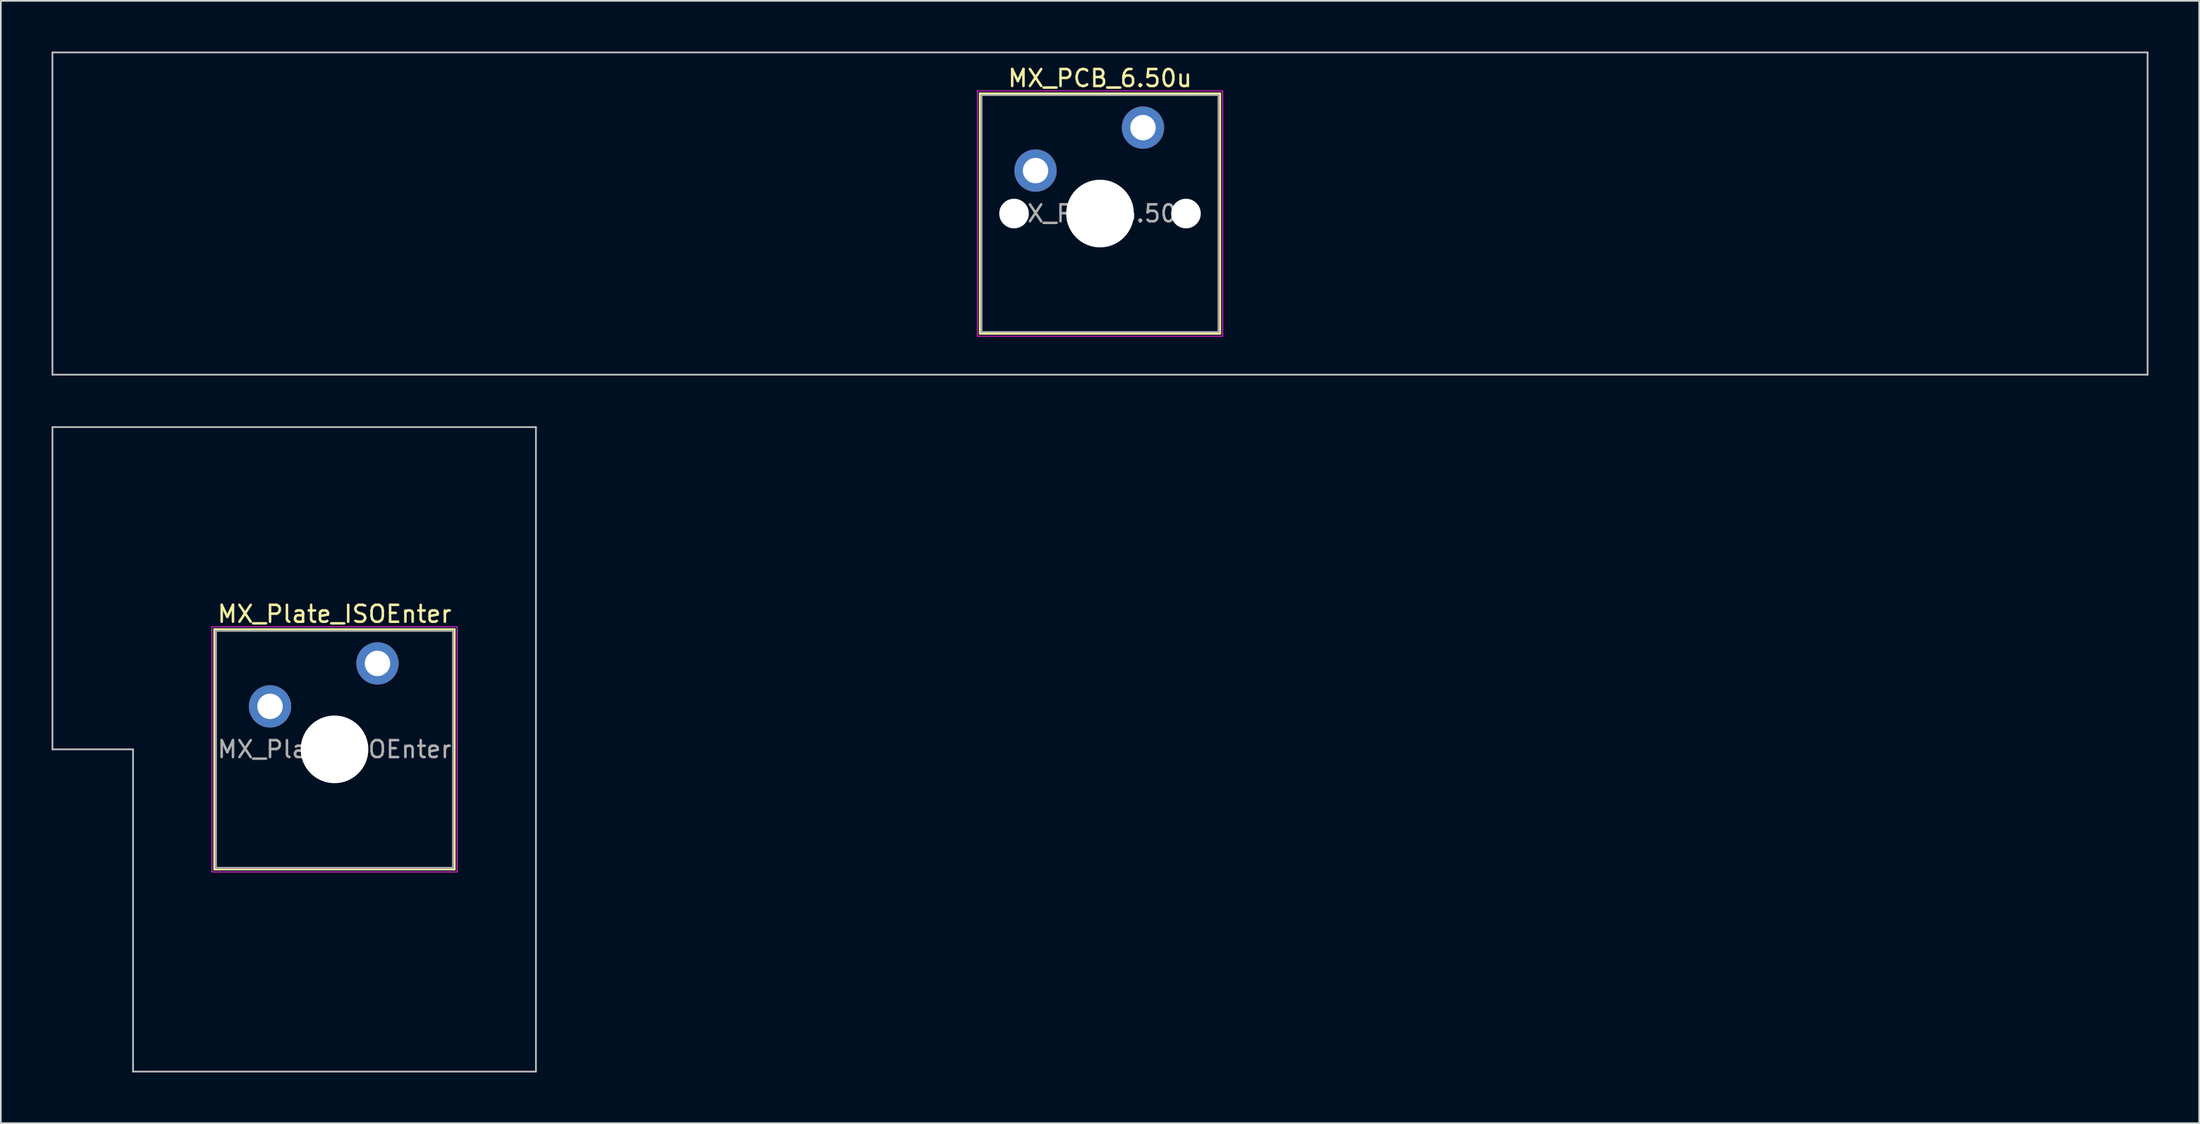
<source format=kicad_pcb>
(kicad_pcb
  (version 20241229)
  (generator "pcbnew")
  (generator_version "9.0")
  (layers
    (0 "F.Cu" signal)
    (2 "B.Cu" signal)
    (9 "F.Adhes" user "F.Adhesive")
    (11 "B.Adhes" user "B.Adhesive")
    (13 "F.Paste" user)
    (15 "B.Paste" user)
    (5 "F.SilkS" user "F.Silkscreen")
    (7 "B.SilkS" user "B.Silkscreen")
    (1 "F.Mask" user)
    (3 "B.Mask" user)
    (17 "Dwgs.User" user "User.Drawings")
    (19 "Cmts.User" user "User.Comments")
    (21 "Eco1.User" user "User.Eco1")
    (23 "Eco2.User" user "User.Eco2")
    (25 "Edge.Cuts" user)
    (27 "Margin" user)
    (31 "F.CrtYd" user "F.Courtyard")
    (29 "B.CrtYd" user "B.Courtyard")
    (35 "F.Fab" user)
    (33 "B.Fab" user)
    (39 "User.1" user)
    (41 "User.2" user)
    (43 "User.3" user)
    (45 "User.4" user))
  (footprint "MX_PCB_6.50u"
    (layer "F.Cu")
    (at 61.962 9.575)
    (property "Reference" "MX_PCB_6.50u" (at 0 -8 0) (layer "F.SilkS") (effects (font (size 1 1) (thickness 0.15))))
    (attr through_hole)
    (fp_line (start -7.1 -7.1) (end -7.1 7.1) (stroke (width 0.12) (type solid)) (layer "F.SilkS"))
    (fp_line (start -7.1 7.1) (end 7.1 7.1) (stroke (width 0.12) (type solid)) (layer "F.SilkS"))
    (fp_line (start 7.1 -7.1) (end -7.1 -7.1) (stroke (width 0.12) (type solid)) (layer "F.SilkS"))
    (fp_line (start 7.1 7.1) (end 7.1 -7.1) (stroke (width 0.12) (type solid)) (layer "F.SilkS"))
    (fp_line (start -61.913 -9.525) (end -61.913 9.525) (stroke (width 0.1) (type solid)) (layer "Dwgs.User"))
    (fp_line (start -61.913 9.525) (end 61.913 9.525) (stroke (width 0.1) (type solid)) (layer "Dwgs.User"))
    (fp_line (start 61.913 -9.525) (end -61.913 -9.525) (stroke (width 0.1) (type solid)) (layer "Dwgs.User"))
    (fp_line (start 61.913 9.525) (end 61.913 -9.525) (stroke (width 0.1) (type solid)) (layer "Dwgs.User"))
    (fp_line (start -7 -7) (end -7 7) (stroke (width 0.1) (type solid)) (layer "Eco1.User"))
    (fp_line (start -7 7) (end 7 7) (stroke (width 0.1) (type solid)) (layer "Eco1.User"))
    (fp_line (start 7 -7) (end -7 -7) (stroke (width 0.1) (type solid)) (layer "Eco1.User"))
    (fp_line (start 7 7) (end 7 -7) (stroke (width 0.1) (type solid)) (layer "Eco1.User"))
    (fp_line (start -7.25 -7.25) (end -7.25 7.25) (stroke (width 0.05) (type solid)) (layer "F.CrtYd"))
    (fp_line (start -7.25 7.25) (end 7.25 7.25) (stroke (width 0.05) (type solid)) (layer "F.CrtYd"))
    (fp_line (start 7.25 -7.25) (end -7.25 -7.25) (stroke (width 0.05) (type solid)) (layer "F.CrtYd"))
    (fp_line (start 7.25 7.25) (end 7.25 -7.25) (stroke (width 0.05) (type solid)) (layer "F.CrtYd"))
    (fp_line (start -7 -7) (end -7 7) (stroke (width 0.1) (type solid)) (layer "F.Fab"))
    (fp_line (start -7 7) (end 7 7) (stroke (width 0.1) (type solid)) (layer "F.Fab"))
    (fp_line (start 7 -7) (end -7 -7) (stroke (width 0.1) (type solid)) (layer "F.Fab"))
    (fp_line (start 7 7) (end 7 -7) (stroke (width 0.1) (type solid)) (layer "F.Fab"))
    (fp_text user "${REFERENCE}" (at 0 0 0) (layer "F.Fab") (effects (font (size 1 1) (thickness 0.15))))
    (pad "" np_thru_hole circle (at -5.08 0) (size 1.75 1.75) (drill 1.75) (layers "*.Cu" "*.Mask"))
    (pad "" np_thru_hole circle (at 0 0) (size 4 4) (drill 4) (layers "*.Cu" "*.Mask"))
    (pad "" np_thru_hole circle (at 5.08 0) (size 1.75 1.75) (drill 1.75) (layers "*.Cu" "*.Mask"))
    (pad "1" thru_hole circle (at -3.81 -2.54) (size 2.5 2.5) (drill 1.5) (layers "*.Cu" "*.Mask"))
    (pad "2" thru_hole circle (at 2.54 -5.08) (size 2.5 2.5) (drill 1.5) (layers "*.Cu" "*.Mask")))
  (footprint "MX_Plate_ISOEnter"
    (layer "F.Cu")
    (at 16.719 41.25)
    (property "Reference" "MX_Plate_ISOEnter" (at 0 -8 0) (layer "F.SilkS") (effects (font (size 1 1) (thickness 0.15))))
    (attr through_hole)
    (fp_line (start -7.1 -7.1) (end -7.1 7.1) (stroke (width 0.12) (type solid)) (layer "F.SilkS"))
    (fp_line (start -7.1 7.1) (end 7.1 7.1) (stroke (width 0.12) (type solid)) (layer "F.SilkS"))
    (fp_line (start 7.1 -7.1) (end -7.1 -7.1) (stroke (width 0.12) (type solid)) (layer "F.SilkS"))
    (fp_line (start 7.1 7.1) (end 7.1 -7.1) (stroke (width 0.12) (type solid)) (layer "F.SilkS"))
    (fp_line (start -16.669 -19.05) (end -16.669 0) (stroke (width 0.1) (type solid)) (layer "Dwgs.User"))
    (fp_line (start -16.669 0) (end -11.906 0) (stroke (width 0.1) (type solid)) (layer "Dwgs.User"))
    (fp_line (start -11.906 0) (end -11.906 19.05) (stroke (width 0.1) (type solid)) (layer "Dwgs.User"))
    (fp_line (start -11.906 19.05) (end 11.906 19.05) (stroke (width 0.1) (type solid)) (layer "Dwgs.User"))
    (fp_line (start 11.906 -19.05) (end -16.669 -19.05) (stroke (width 0.1) (type solid)) (layer "Dwgs.User"))
    (fp_line (start 11.906 19.05) (end 11.906 -19.05) (stroke (width 0.1) (type solid)) (layer "Dwgs.User"))
    (fp_line (start -7 -7) (end -7 7) (stroke (width 0.1) (type solid)) (layer "Eco1.User"))
    (fp_line (start -7 7) (end 7 7) (stroke (width 0.1) (type solid)) (layer "Eco1.User"))
    (fp_line (start 7 -7) (end -7 -7) (stroke (width 0.1) (type solid)) (layer "Eco1.User"))
    (fp_line (start 7 7) (end 7 -7) (stroke (width 0.1) (type solid)) (layer "Eco1.User"))
    (fp_line (start -7.25 -7.25) (end -7.25 7.25) (stroke (width 0.05) (type solid)) (layer "F.CrtYd"))
    (fp_line (start -7.25 7.25) (end 7.25 7.25) (stroke (width 0.05) (type solid)) (layer "F.CrtYd"))
    (fp_line (start 7.25 -7.25) (end -7.25 -7.25) (stroke (width 0.05) (type solid)) (layer "F.CrtYd"))
    (fp_line (start 7.25 7.25) (end 7.25 -7.25) (stroke (width 0.05) (type solid)) (layer "F.CrtYd"))
    (fp_line (start -7 -7) (end -7 7) (stroke (width 0.1) (type solid)) (layer "F.Fab"))
    (fp_line (start -7 7) (end 7 7) (stroke (width 0.1) (type solid)) (layer "F.Fab"))
    (fp_line (start 7 -7) (end -7 -7) (stroke (width 0.1) (type solid)) (layer "F.Fab"))
    (fp_line (start 7 7) (end 7 -7) (stroke (width 0.1) (type solid)) (layer "F.Fab"))
    (fp_text user "${REFERENCE}" (at 0 0 0) (layer "F.Fab") (effects (font (size 1 1) (thickness 0.15))))
    (pad "" np_thru_hole circle (at 0 0) (size 4 4) (drill 4) (layers "*.Cu" "*.Mask"))
    (pad "1" thru_hole circle (at -3.81 -2.54) (size 2.5 2.5) (drill 1.5) (layers "*.Cu" "*.Mask"))
    (pad "2" thru_hole circle (at 2.54 -5.08) (size 2.5 2.5) (drill 1.5) (layers "*.Cu" "*.Mask")))
  (gr_rect
    (start -3 -3)
    (end 126.925 63.35)
    (stroke (width 0.1) (type default))
    (fill no)
    (layer "Edge.Cuts")))
</source>
